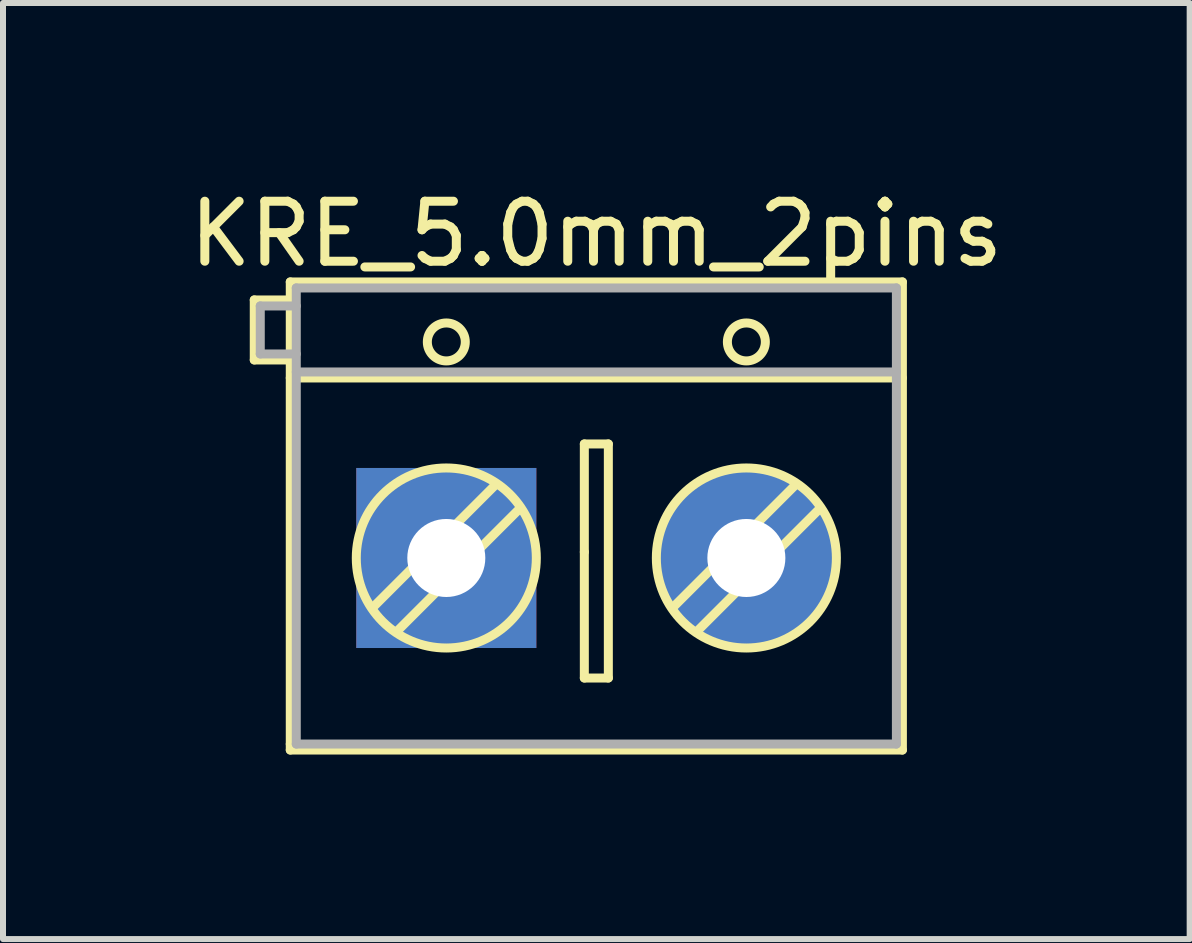
<source format=kicad_pcb>
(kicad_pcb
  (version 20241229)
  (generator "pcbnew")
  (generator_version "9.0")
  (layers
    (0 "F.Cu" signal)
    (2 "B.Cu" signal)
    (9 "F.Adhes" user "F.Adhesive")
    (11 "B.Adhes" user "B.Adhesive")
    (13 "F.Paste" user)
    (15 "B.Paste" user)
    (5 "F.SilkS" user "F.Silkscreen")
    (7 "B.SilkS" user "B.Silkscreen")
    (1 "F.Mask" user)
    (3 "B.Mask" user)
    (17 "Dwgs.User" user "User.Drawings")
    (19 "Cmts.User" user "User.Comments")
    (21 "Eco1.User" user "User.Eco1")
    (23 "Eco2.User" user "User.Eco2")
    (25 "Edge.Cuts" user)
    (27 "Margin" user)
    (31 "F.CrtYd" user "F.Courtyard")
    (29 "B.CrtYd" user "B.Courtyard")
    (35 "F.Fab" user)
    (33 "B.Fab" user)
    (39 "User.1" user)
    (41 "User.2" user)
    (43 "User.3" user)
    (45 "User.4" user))
  (footprint "KRE_5.0mm_2pins"
    (layer "F.Cu")
    (at 1.887 9.348)
    (property "Reference" "KRE_5.0mm_2pins" (at 5 -8.5 0) (layer "F.SilkS") (effects (font (size 1 1) (thickness 0.15))))
    (attr through_hole)
    (fp_line (start -0.7 -7.4) (end -0.7 -6.4) (stroke (width 0.15) (type solid)) (layer "F.SilkS"))
    (fp_line (start -0.7 -6.4) (end -0.1 -6.4) (stroke (width 0.15) (type solid)) (layer "F.SilkS"))
    (fp_line (start -0.1 -7.7) (end 10.1 -7.7) (stroke (width 0.15) (type solid)) (layer "F.SilkS"))
    (fp_line (start -0.1 -7.4) (end -0.7 -7.4) (stroke (width 0.15) (type solid)) (layer "F.SilkS"))
    (fp_line (start -0.1 -6.1) (end 10.1 -6.1) (stroke (width 0.15) (type solid)) (layer "F.SilkS"))
    (fp_line (start -0.1 0) (end -0.1 -7.7) (stroke (width 0.15) (type solid)) (layer "F.SilkS"))
    (fp_line (start -0.1 0.1) (end -0.1 0) (stroke (width 0.15) (type solid)) (layer "F.SilkS"))
    (fp_line (start 2.3 -3.3) (end 1.3 -2.3) (stroke (width 0.15) (type solid)) (layer "F.SilkS"))
    (fp_line (start 2.3 -3.3) (end 3.3 -4.3) (stroke (width 0.15) (type solid)) (layer "F.SilkS"))
    (fp_line (start 2.7 -2.9) (end 1.7 -1.9) (stroke (width 0.15) (type solid)) (layer "F.SilkS"))
    (fp_line (start 2.7 -2.9) (end 3.7 -3.9) (stroke (width 0.15) (type solid)) (layer "F.SilkS"))
    (fp_line (start 4.8 -5) (end 5.2 -5) (stroke (width 0.15) (type solid)) (layer "F.SilkS"))
    (fp_line (start 4.8 -3.2) (end 4.8 -5) (stroke (width 0.15) (type solid)) (layer "F.SilkS"))
    (fp_line (start 4.8 -1.1) (end 4.8 -3.2) (stroke (width 0.15) (type solid)) (layer "F.SilkS"))
    (fp_line (start 5.2 -5) (end 5.2 -1.1) (stroke (width 0.15) (type solid)) (layer "F.SilkS"))
    (fp_line (start 5.2 -1.1) (end 4.8 -1.1) (stroke (width 0.15) (type solid)) (layer "F.SilkS"))
    (fp_line (start 7.3 -3.3) (end 6.3 -2.3) (stroke (width 0.15) (type solid)) (layer "F.SilkS"))
    (fp_line (start 7.3 -3.3) (end 8.3 -4.3) (stroke (width 0.15) (type solid)) (layer "F.SilkS"))
    (fp_line (start 7.7 -2.9) (end 6.7 -1.9) (stroke (width 0.15) (type solid)) (layer "F.SilkS"))
    (fp_line (start 7.7 -2.9) (end 8.7 -3.9) (stroke (width 0.15) (type solid)) (layer "F.SilkS"))
    (fp_line (start 10.1 -7.7) (end 10.1 0.1) (stroke (width 0.15) (type solid)) (layer "F.SilkS"))
    (fp_line (start 10.1 0.1) (end -0.1 0.1) (stroke (width 0.15) (type solid)) (layer "F.SilkS"))
    (fp_circle (center 2.5 -6.7) (end 2.8 -6.8) (stroke (width 0.15) (type solid)) (fill no) (layer "F.SilkS"))
    (fp_circle (center 2.5 -3.1) (end 4 -3.1) (stroke (width 0.15) (type solid)) (fill no) (layer "F.SilkS"))
    (fp_circle (center 7.5 -6.7) (end 7.8 -6.8) (stroke (width 0.15) (type solid)) (fill no) (layer "F.SilkS"))
    (fp_circle (center 7.5 -3.1) (end 9 -3.1) (stroke (width 0.15) (type solid)) (fill no) (layer "F.SilkS"))
    (fp_line (start -0.6 -7.3) (end 0 -7.3) (stroke (width 0.15) (type solid)) (layer "F.Fab"))
    (fp_line (start -0.6 -6.5) (end -0.6 -7.3) (stroke (width 0.15) (type solid)) (layer "F.Fab"))
    (fp_line (start 0 -7.6) (end 0 0) (stroke (width 0.15) (type solid)) (layer "F.Fab"))
    (fp_line (start 0 -6.5) (end -0.6 -6.5) (stroke (width 0.15) (type solid)) (layer "F.Fab"))
    (fp_line (start 0 -6.2) (end 10 -6.2) (stroke (width 0.15) (type solid)) (layer "F.Fab"))
    (fp_line (start 0 0) (end 10 0) (stroke (width 0.15) (type solid)) (layer "F.Fab"))
    (fp_line (start 10 -7.6) (end 0 -7.6) (stroke (width 0.15) (type solid)) (layer "F.Fab"))
    (fp_line (start 10 0) (end 10 -7.6) (stroke (width 0.15) (type solid)) (layer "F.Fab"))
    (pad "1" thru_hole rect (at 2.5 -3.1) (size 3 3) (drill 1.3) (layers "*.Cu" "*.Mask"))
    (pad "2" thru_hole circle (at 7.5 -3.1) (size 3 3) (drill 1.3) (layers "*.Cu" "*.Mask")))
  (gr_rect
    (start -3 -3)
    (end 16.774 12.598)
    (stroke (width 0.1) (type default))
    (fill no)
    (layer "Edge.Cuts")))
</source>
